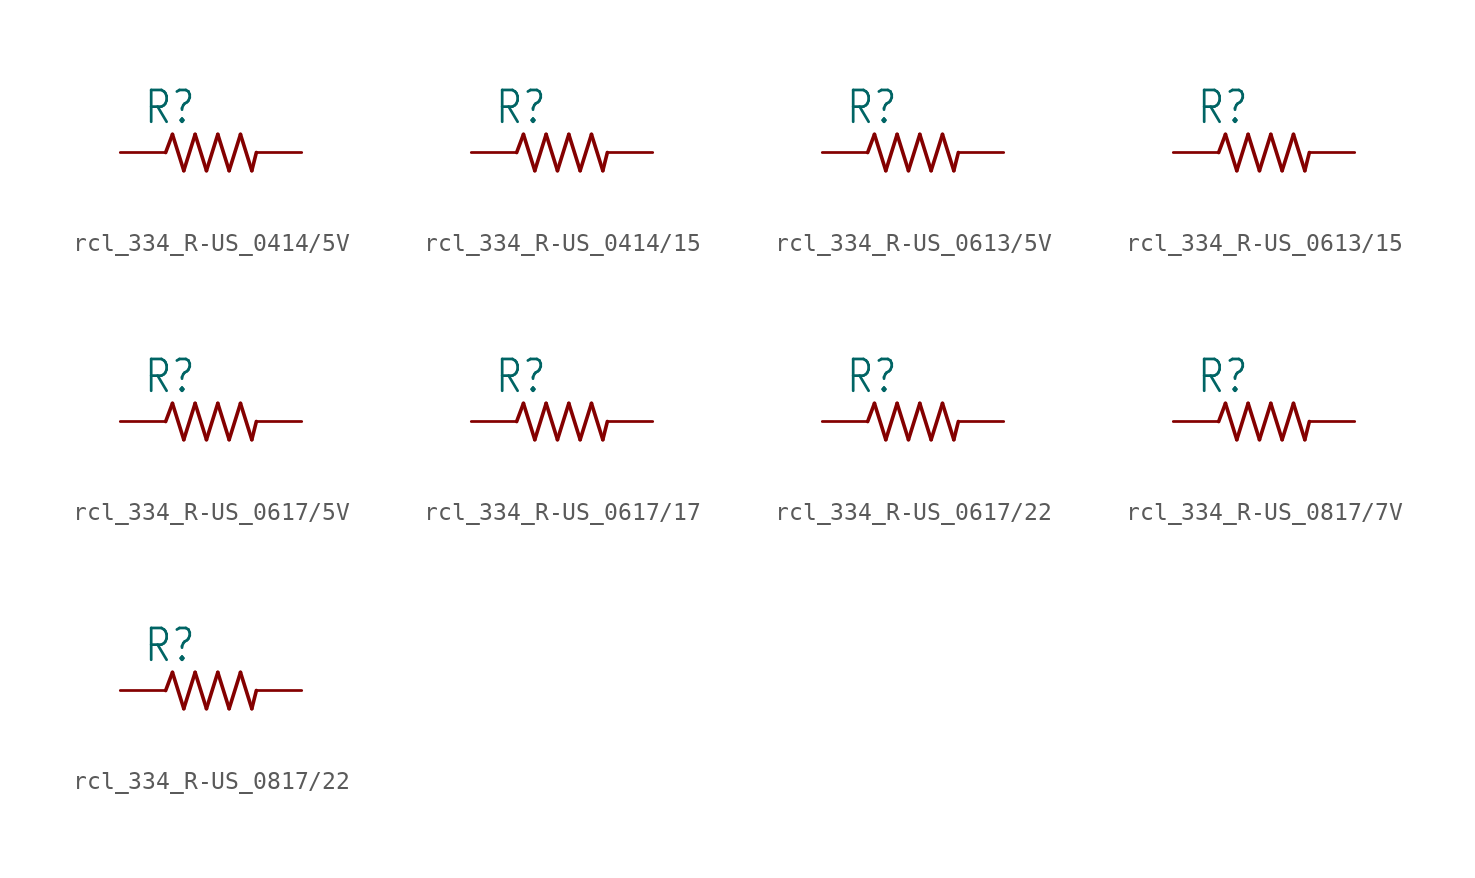
<source format=kicad_sym>
(kicad_symbol_lib
  (version 20241209)
  (generator "kicad_symbol_editor")
  (generator_version "9.0")
  (symbol "rcl_334_R-US_0414/5V"
    (property "Reference" "R"
      (at -3.81 1.499 0)
      (effects (font (size 1.778 1.511)) (justify left bottom)))
    (property "Value" ""
      (at -3.81 -3.302 0)
      (effects (font (size 1.778 1.511)) (justify left bottom)))
    (property "ki_locked" ""
      (at 0 0 0)
      (effects (font (size 1.27 1.27))))
    (symbol "rcl_334_R-US_0414/5V_1_0"
      (polyline (pts (xy -2.54 0) (xy -2.159 1.016)) (stroke (width 0.203) (type solid)) (fill (type none)))
      (polyline (pts (xy -2.159 1.016) (xy -1.524 -1.016)) (stroke (width 0.203) (type solid)) (fill (type none)))
      (polyline (pts (xy -1.524 -1.016) (xy -0.889 1.016)) (stroke (width 0.203) (type solid)) (fill (type none)))
      (polyline (pts (xy -0.889 1.016) (xy -0.254 -1.016)) (stroke (width 0.203) (type solid)) (fill (type none)))
      (polyline (pts (xy -0.254 -1.016) (xy 0.381 1.016)) (stroke (width 0.203) (type solid)) (fill (type none)))
      (polyline (pts (xy 0.381 1.016) (xy 1.016 -1.016)) (stroke (width 0.203) (type solid)) (fill (type none)))
      (polyline (pts (xy 1.016 -1.016) (xy 1.651 1.016)) (stroke (width 0.203) (type solid)) (fill (type none)))
      (polyline (pts (xy 1.651 1.016) (xy 2.286 -1.016)) (stroke (width 0.203) (type solid)) (fill (type none)))
      (polyline (pts (xy 2.286 -1.016) (xy 2.54 0)) (stroke (width 0.203) (type solid)) (fill (type none)))
      (pin passive line (at -5.08 0 0) (length 2.54) (name "1" (effects (font (size 0 0)))) (number "1" (effects (font (size 0 0)))))
      (pin passive line (at 5.08 0 180) (length 2.54) (name "2" (effects (font (size 0 0)))) (number "2" (effects (font (size 0 0)))))))
  (symbol "rcl_334_R-US_0414/15"
    (property "Reference" "R"
      (at -3.81 1.499 0)
      (effects (font (size 1.778 1.511)) (justify left bottom)))
    (property "Value" ""
      (at -3.81 -3.302 0)
      (effects (font (size 1.778 1.511)) (justify left bottom)))
    (property "ki_locked" ""
      (at 0 0 0)
      (effects (font (size 1.27 1.27))))
    (symbol "rcl_334_R-US_0414/15_1_0"
      (polyline (pts (xy -2.54 0) (xy -2.159 1.016)) (stroke (width 0.203) (type solid)) (fill (type none)))
      (polyline (pts (xy -2.159 1.016) (xy -1.524 -1.016)) (stroke (width 0.203) (type solid)) (fill (type none)))
      (polyline (pts (xy -1.524 -1.016) (xy -0.889 1.016)) (stroke (width 0.203) (type solid)) (fill (type none)))
      (polyline (pts (xy -0.889 1.016) (xy -0.254 -1.016)) (stroke (width 0.203) (type solid)) (fill (type none)))
      (polyline (pts (xy -0.254 -1.016) (xy 0.381 1.016)) (stroke (width 0.203) (type solid)) (fill (type none)))
      (polyline (pts (xy 0.381 1.016) (xy 1.016 -1.016)) (stroke (width 0.203) (type solid)) (fill (type none)))
      (polyline (pts (xy 1.016 -1.016) (xy 1.651 1.016)) (stroke (width 0.203) (type solid)) (fill (type none)))
      (polyline (pts (xy 1.651 1.016) (xy 2.286 -1.016)) (stroke (width 0.203) (type solid)) (fill (type none)))
      (polyline (pts (xy 2.286 -1.016) (xy 2.54 0)) (stroke (width 0.203) (type solid)) (fill (type none)))
      (pin passive line (at -5.08 0 0) (length 2.54) (name "1" (effects (font (size 0 0)))) (number "1" (effects (font (size 0 0)))))
      (pin passive line (at 5.08 0 180) (length 2.54) (name "2" (effects (font (size 0 0)))) (number "2" (effects (font (size 0 0)))))))
  (symbol "rcl_334_R-US_0613/5V"
    (property "Reference" "R"
      (at -3.81 1.499 0)
      (effects (font (size 1.778 1.511)) (justify left bottom)))
    (property "Value" ""
      (at -3.81 -3.302 0)
      (effects (font (size 1.778 1.511)) (justify left bottom)))
    (property "ki_locked" ""
      (at 0 0 0)
      (effects (font (size 1.27 1.27))))
    (symbol "rcl_334_R-US_0613/5V_1_0"
      (polyline (pts (xy -2.54 0) (xy -2.159 1.016)) (stroke (width 0.203) (type solid)) (fill (type none)))
      (polyline (pts (xy -2.159 1.016) (xy -1.524 -1.016)) (stroke (width 0.203) (type solid)) (fill (type none)))
      (polyline (pts (xy -1.524 -1.016) (xy -0.889 1.016)) (stroke (width 0.203) (type solid)) (fill (type none)))
      (polyline (pts (xy -0.889 1.016) (xy -0.254 -1.016)) (stroke (width 0.203) (type solid)) (fill (type none)))
      (polyline (pts (xy -0.254 -1.016) (xy 0.381 1.016)) (stroke (width 0.203) (type solid)) (fill (type none)))
      (polyline (pts (xy 0.381 1.016) (xy 1.016 -1.016)) (stroke (width 0.203) (type solid)) (fill (type none)))
      (polyline (pts (xy 1.016 -1.016) (xy 1.651 1.016)) (stroke (width 0.203) (type solid)) (fill (type none)))
      (polyline (pts (xy 1.651 1.016) (xy 2.286 -1.016)) (stroke (width 0.203) (type solid)) (fill (type none)))
      (polyline (pts (xy 2.286 -1.016) (xy 2.54 0)) (stroke (width 0.203) (type solid)) (fill (type none)))
      (pin passive line (at -5.08 0 0) (length 2.54) (name "1" (effects (font (size 0 0)))) (number "1" (effects (font (size 0 0)))))
      (pin passive line (at 5.08 0 180) (length 2.54) (name "2" (effects (font (size 0 0)))) (number "2" (effects (font (size 0 0)))))))
  (symbol "rcl_334_R-US_0613/15"
    (property "Reference" "R"
      (at -3.81 1.499 0)
      (effects (font (size 1.778 1.511)) (justify left bottom)))
    (property "Value" ""
      (at -3.81 -3.302 0)
      (effects (font (size 1.778 1.511)) (justify left bottom)))
    (property "ki_locked" ""
      (at 0 0 0)
      (effects (font (size 1.27 1.27))))
    (symbol "rcl_334_R-US_0613/15_1_0"
      (polyline (pts (xy -2.54 0) (xy -2.159 1.016)) (stroke (width 0.203) (type solid)) (fill (type none)))
      (polyline (pts (xy -2.159 1.016) (xy -1.524 -1.016)) (stroke (width 0.203) (type solid)) (fill (type none)))
      (polyline (pts (xy -1.524 -1.016) (xy -0.889 1.016)) (stroke (width 0.203) (type solid)) (fill (type none)))
      (polyline (pts (xy -0.889 1.016) (xy -0.254 -1.016)) (stroke (width 0.203) (type solid)) (fill (type none)))
      (polyline (pts (xy -0.254 -1.016) (xy 0.381 1.016)) (stroke (width 0.203) (type solid)) (fill (type none)))
      (polyline (pts (xy 0.381 1.016) (xy 1.016 -1.016)) (stroke (width 0.203) (type solid)) (fill (type none)))
      (polyline (pts (xy 1.016 -1.016) (xy 1.651 1.016)) (stroke (width 0.203) (type solid)) (fill (type none)))
      (polyline (pts (xy 1.651 1.016) (xy 2.286 -1.016)) (stroke (width 0.203) (type solid)) (fill (type none)))
      (polyline (pts (xy 2.286 -1.016) (xy 2.54 0)) (stroke (width 0.203) (type solid)) (fill (type none)))
      (pin passive line (at -5.08 0 0) (length 2.54) (name "1" (effects (font (size 0 0)))) (number "1" (effects (font (size 0 0)))))
      (pin passive line (at 5.08 0 180) (length 2.54) (name "2" (effects (font (size 0 0)))) (number "2" (effects (font (size 0 0)))))))
  (symbol "rcl_334_R-US_0617/5V"
    (property "Reference" "R"
      (at -3.81 1.499 0)
      (effects (font (size 1.778 1.511)) (justify left bottom)))
    (property "Value" ""
      (at -3.81 -3.302 0)
      (effects (font (size 1.778 1.511)) (justify left bottom)))
    (property "ki_locked" ""
      (at 0 0 0)
      (effects (font (size 1.27 1.27))))
    (symbol "rcl_334_R-US_0617/5V_1_0"
      (polyline (pts (xy -2.54 0) (xy -2.159 1.016)) (stroke (width 0.203) (type solid)) (fill (type none)))
      (polyline (pts (xy -2.159 1.016) (xy -1.524 -1.016)) (stroke (width 0.203) (type solid)) (fill (type none)))
      (polyline (pts (xy -1.524 -1.016) (xy -0.889 1.016)) (stroke (width 0.203) (type solid)) (fill (type none)))
      (polyline (pts (xy -0.889 1.016) (xy -0.254 -1.016)) (stroke (width 0.203) (type solid)) (fill (type none)))
      (polyline (pts (xy -0.254 -1.016) (xy 0.381 1.016)) (stroke (width 0.203) (type solid)) (fill (type none)))
      (polyline (pts (xy 0.381 1.016) (xy 1.016 -1.016)) (stroke (width 0.203) (type solid)) (fill (type none)))
      (polyline (pts (xy 1.016 -1.016) (xy 1.651 1.016)) (stroke (width 0.203) (type solid)) (fill (type none)))
      (polyline (pts (xy 1.651 1.016) (xy 2.286 -1.016)) (stroke (width 0.203) (type solid)) (fill (type none)))
      (polyline (pts (xy 2.286 -1.016) (xy 2.54 0)) (stroke (width 0.203) (type solid)) (fill (type none)))
      (pin passive line (at -5.08 0 0) (length 2.54) (name "1" (effects (font (size 0 0)))) (number "1" (effects (font (size 0 0)))))
      (pin passive line (at 5.08 0 180) (length 2.54) (name "2" (effects (font (size 0 0)))) (number "2" (effects (font (size 0 0)))))))
  (symbol "rcl_334_R-US_0617/17"
    (property "Reference" "R"
      (at -3.81 1.499 0)
      (effects (font (size 1.778 1.511)) (justify left bottom)))
    (property "Value" ""
      (at -3.81 -3.302 0)
      (effects (font (size 1.778 1.511)) (justify left bottom)))
    (property "ki_locked" ""
      (at 0 0 0)
      (effects (font (size 1.27 1.27))))
    (symbol "rcl_334_R-US_0617/17_1_0"
      (polyline (pts (xy -2.54 0) (xy -2.159 1.016)) (stroke (width 0.203) (type solid)) (fill (type none)))
      (polyline (pts (xy -2.159 1.016) (xy -1.524 -1.016)) (stroke (width 0.203) (type solid)) (fill (type none)))
      (polyline (pts (xy -1.524 -1.016) (xy -0.889 1.016)) (stroke (width 0.203) (type solid)) (fill (type none)))
      (polyline (pts (xy -0.889 1.016) (xy -0.254 -1.016)) (stroke (width 0.203) (type solid)) (fill (type none)))
      (polyline (pts (xy -0.254 -1.016) (xy 0.381 1.016)) (stroke (width 0.203) (type solid)) (fill (type none)))
      (polyline (pts (xy 0.381 1.016) (xy 1.016 -1.016)) (stroke (width 0.203) (type solid)) (fill (type none)))
      (polyline (pts (xy 1.016 -1.016) (xy 1.651 1.016)) (stroke (width 0.203) (type solid)) (fill (type none)))
      (polyline (pts (xy 1.651 1.016) (xy 2.286 -1.016)) (stroke (width 0.203) (type solid)) (fill (type none)))
      (polyline (pts (xy 2.286 -1.016) (xy 2.54 0)) (stroke (width 0.203) (type solid)) (fill (type none)))
      (pin passive line (at -5.08 0 0) (length 2.54) (name "1" (effects (font (size 0 0)))) (number "1" (effects (font (size 0 0)))))
      (pin passive line (at 5.08 0 180) (length 2.54) (name "2" (effects (font (size 0 0)))) (number "2" (effects (font (size 0 0)))))))
  (symbol "rcl_334_R-US_0617/22"
    (property "Reference" "R"
      (at -3.81 1.499 0)
      (effects (font (size 1.778 1.511)) (justify left bottom)))
    (property "Value" ""
      (at -3.81 -3.302 0)
      (effects (font (size 1.778 1.511)) (justify left bottom)))
    (property "ki_locked" ""
      (at 0 0 0)
      (effects (font (size 1.27 1.27))))
    (symbol "rcl_334_R-US_0617/22_1_0"
      (polyline (pts (xy -2.54 0) (xy -2.159 1.016)) (stroke (width 0.203) (type solid)) (fill (type none)))
      (polyline (pts (xy -2.159 1.016) (xy -1.524 -1.016)) (stroke (width 0.203) (type solid)) (fill (type none)))
      (polyline (pts (xy -1.524 -1.016) (xy -0.889 1.016)) (stroke (width 0.203) (type solid)) (fill (type none)))
      (polyline (pts (xy -0.889 1.016) (xy -0.254 -1.016)) (stroke (width 0.203) (type solid)) (fill (type none)))
      (polyline (pts (xy -0.254 -1.016) (xy 0.381 1.016)) (stroke (width 0.203) (type solid)) (fill (type none)))
      (polyline (pts (xy 0.381 1.016) (xy 1.016 -1.016)) (stroke (width 0.203) (type solid)) (fill (type none)))
      (polyline (pts (xy 1.016 -1.016) (xy 1.651 1.016)) (stroke (width 0.203) (type solid)) (fill (type none)))
      (polyline (pts (xy 1.651 1.016) (xy 2.286 -1.016)) (stroke (width 0.203) (type solid)) (fill (type none)))
      (polyline (pts (xy 2.286 -1.016) (xy 2.54 0)) (stroke (width 0.203) (type solid)) (fill (type none)))
      (pin passive line (at -5.08 0 0) (length 2.54) (name "1" (effects (font (size 0 0)))) (number "1" (effects (font (size 0 0)))))
      (pin passive line (at 5.08 0 180) (length 2.54) (name "2" (effects (font (size 0 0)))) (number "2" (effects (font (size 0 0)))))))
  (symbol "rcl_334_R-US_0817/7V"
    (property "Reference" "R"
      (at -3.81 1.499 0)
      (effects (font (size 1.778 1.511)) (justify left bottom)))
    (property "Value" ""
      (at -3.81 -3.302 0)
      (effects (font (size 1.778 1.511)) (justify left bottom)))
    (property "ki_locked" ""
      (at 0 0 0)
      (effects (font (size 1.27 1.27))))
    (symbol "rcl_334_R-US_0817/7V_1_0"
      (polyline (pts (xy -2.54 0) (xy -2.159 1.016)) (stroke (width 0.203) (type solid)) (fill (type none)))
      (polyline (pts (xy -2.159 1.016) (xy -1.524 -1.016)) (stroke (width 0.203) (type solid)) (fill (type none)))
      (polyline (pts (xy -1.524 -1.016) (xy -0.889 1.016)) (stroke (width 0.203) (type solid)) (fill (type none)))
      (polyline (pts (xy -0.889 1.016) (xy -0.254 -1.016)) (stroke (width 0.203) (type solid)) (fill (type none)))
      (polyline (pts (xy -0.254 -1.016) (xy 0.381 1.016)) (stroke (width 0.203) (type solid)) (fill (type none)))
      (polyline (pts (xy 0.381 1.016) (xy 1.016 -1.016)) (stroke (width 0.203) (type solid)) (fill (type none)))
      (polyline (pts (xy 1.016 -1.016) (xy 1.651 1.016)) (stroke (width 0.203) (type solid)) (fill (type none)))
      (polyline (pts (xy 1.651 1.016) (xy 2.286 -1.016)) (stroke (width 0.203) (type solid)) (fill (type none)))
      (polyline (pts (xy 2.286 -1.016) (xy 2.54 0)) (stroke (width 0.203) (type solid)) (fill (type none)))
      (pin passive line (at -5.08 0 0) (length 2.54) (name "1" (effects (font (size 0 0)))) (number "1" (effects (font (size 0 0)))))
      (pin passive line (at 5.08 0 180) (length 2.54) (name "2" (effects (font (size 0 0)))) (number "2" (effects (font (size 0 0)))))))
  (symbol "rcl_334_R-US_0817/22"
    (property "Reference" "R"
      (at -3.81 1.499 0)
      (effects (font (size 1.778 1.511)) (justify left bottom)))
    (property "Value" ""
      (at -3.81 -3.302 0)
      (effects (font (size 1.778 1.511)) (justify left bottom)))
    (property "ki_locked" ""
      (at 0 0 0)
      (effects (font (size 1.27 1.27))))
    (symbol "rcl_334_R-US_0817/22_1_0"
      (polyline (pts (xy -2.54 0) (xy -2.159 1.016)) (stroke (width 0.203) (type solid)) (fill (type none)))
      (polyline (pts (xy -2.159 1.016) (xy -1.524 -1.016)) (stroke (width 0.203) (type solid)) (fill (type none)))
      (polyline (pts (xy -1.524 -1.016) (xy -0.889 1.016)) (stroke (width 0.203) (type solid)) (fill (type none)))
      (polyline (pts (xy -0.889 1.016) (xy -0.254 -1.016)) (stroke (width 0.203) (type solid)) (fill (type none)))
      (polyline (pts (xy -0.254 -1.016) (xy 0.381 1.016)) (stroke (width 0.203) (type solid)) (fill (type none)))
      (polyline (pts (xy 0.381 1.016) (xy 1.016 -1.016)) (stroke (width 0.203) (type solid)) (fill (type none)))
      (polyline (pts (xy 1.016 -1.016) (xy 1.651 1.016)) (stroke (width 0.203) (type solid)) (fill (type none)))
      (polyline (pts (xy 1.651 1.016) (xy 2.286 -1.016)) (stroke (width 0.203) (type solid)) (fill (type none)))
      (polyline (pts (xy 2.286 -1.016) (xy 2.54 0)) (stroke (width 0.203) (type solid)) (fill (type none)))
      (pin passive line (at -5.08 0 0) (length 2.54) (name "1" (effects (font (size 0 0)))) (number "1" (effects (font (size 0 0)))))
      (pin passive line (at 5.08 0 180) (length 2.54) (name "2" (effects (font (size 0 0)))) (number "2" (effects (font (size 0 0))))))))
</source>
